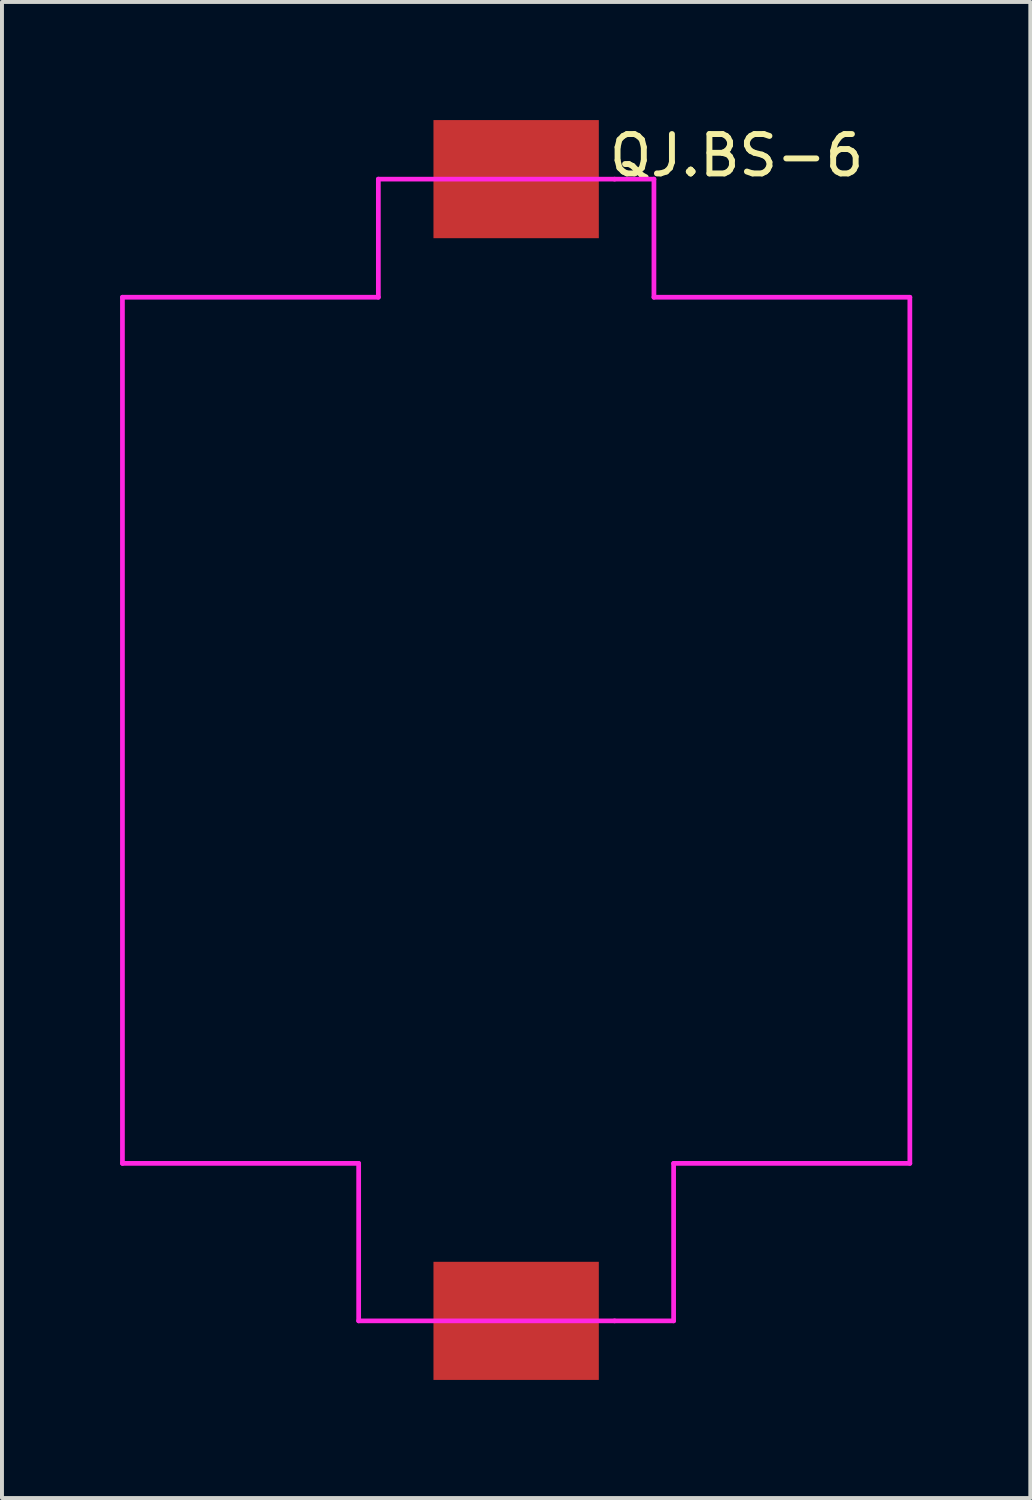
<source format=kicad_pcb>
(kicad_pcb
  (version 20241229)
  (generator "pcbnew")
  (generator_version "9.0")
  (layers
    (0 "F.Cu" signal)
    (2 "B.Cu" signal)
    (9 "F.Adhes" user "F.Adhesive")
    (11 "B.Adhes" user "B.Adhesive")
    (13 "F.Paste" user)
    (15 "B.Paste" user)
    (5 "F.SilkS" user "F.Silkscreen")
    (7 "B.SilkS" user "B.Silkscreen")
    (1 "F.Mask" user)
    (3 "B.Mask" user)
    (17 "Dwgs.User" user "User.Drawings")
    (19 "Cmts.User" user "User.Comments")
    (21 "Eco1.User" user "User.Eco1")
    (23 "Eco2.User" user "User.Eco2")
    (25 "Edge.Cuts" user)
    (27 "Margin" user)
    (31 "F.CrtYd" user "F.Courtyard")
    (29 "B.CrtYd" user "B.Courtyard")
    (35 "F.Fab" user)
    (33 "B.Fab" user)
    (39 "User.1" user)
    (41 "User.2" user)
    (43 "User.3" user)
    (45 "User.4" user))
  (footprint "QJ.BS-6"
    (layer "F.Cu")
    (at 10.06 16)
    (property "Reference" "QJ.BS-6" (at 5.6 -15.1 0) (layer "F.SilkS") (effects (font (size 1 1) (thickness 0.15))))
    (attr through_hole)
    (fp_line (start -10 -11.5) (end -10 10.5) (stroke (width 0.12) (type solid)) (layer "F.CrtYd"))
    (fp_line (start -10 10.5) (end -4 10.5) (stroke (width 0.12) (type solid)) (layer "F.CrtYd"))
    (fp_line (start -4 10.5) (end -4 14.5) (stroke (width 0.12) (type solid)) (layer "F.CrtYd"))
    (fp_line (start -4 14.5) (end 2.5 14.5) (stroke (width 0.12) (type solid)) (layer "F.CrtYd"))
    (fp_line (start -3.5 -14.5) (end -3.5 -11.5) (stroke (width 0.12) (type solid)) (layer "F.CrtYd"))
    (fp_line (start -3.5 -11.5) (end -10 -11.5) (stroke (width 0.12) (type solid)) (layer "F.CrtYd"))
    (fp_line (start 2.5 -14.5) (end -3.5 -14.5) (stroke (width 0.12) (type solid)) (layer "F.CrtYd"))
    (fp_line (start 2.5 -14.5) (end 3.5 -14.5) (stroke (width 0.12) (type solid)) (layer "F.CrtYd"))
    (fp_line (start 2.5 14.5) (end 4 14.5) (stroke (width 0.12) (type solid)) (layer "F.CrtYd"))
    (fp_line (start 3.5 -14.5) (end 3.5 -11.5) (stroke (width 0.12) (type solid)) (layer "F.CrtYd"))
    (fp_line (start 3.5 -11.5) (end 10 -11.5) (stroke (width 0.12) (type solid)) (layer "F.CrtYd"))
    (fp_line (start 4 10.5) (end 10 10.5) (stroke (width 0.12) (type solid)) (layer "F.CrtYd"))
    (fp_line (start 4 14.5) (end 4 10.5) (stroke (width 0.12) (type solid)) (layer "F.CrtYd"))
    (fp_line (start 10 10.5) (end 10 -11.5) (stroke (width 0.12) (type solid)) (layer "F.CrtYd"))
    (pad "1" smd rect (at 0 14.5) (size 4.2 3) (layers "F.Cu" "F.Mask" "F.Paste"))
    (pad "2" smd rect (at 0 -14.5) (size 4.2 3) (layers "F.Cu" "F.Mask" "F.Paste")))
  (gr_rect
    (start -3 -3)
    (end 23.12 35)
    (stroke (width 0.1) (type default))
    (fill no)
    (layer "Edge.Cuts")))
</source>
